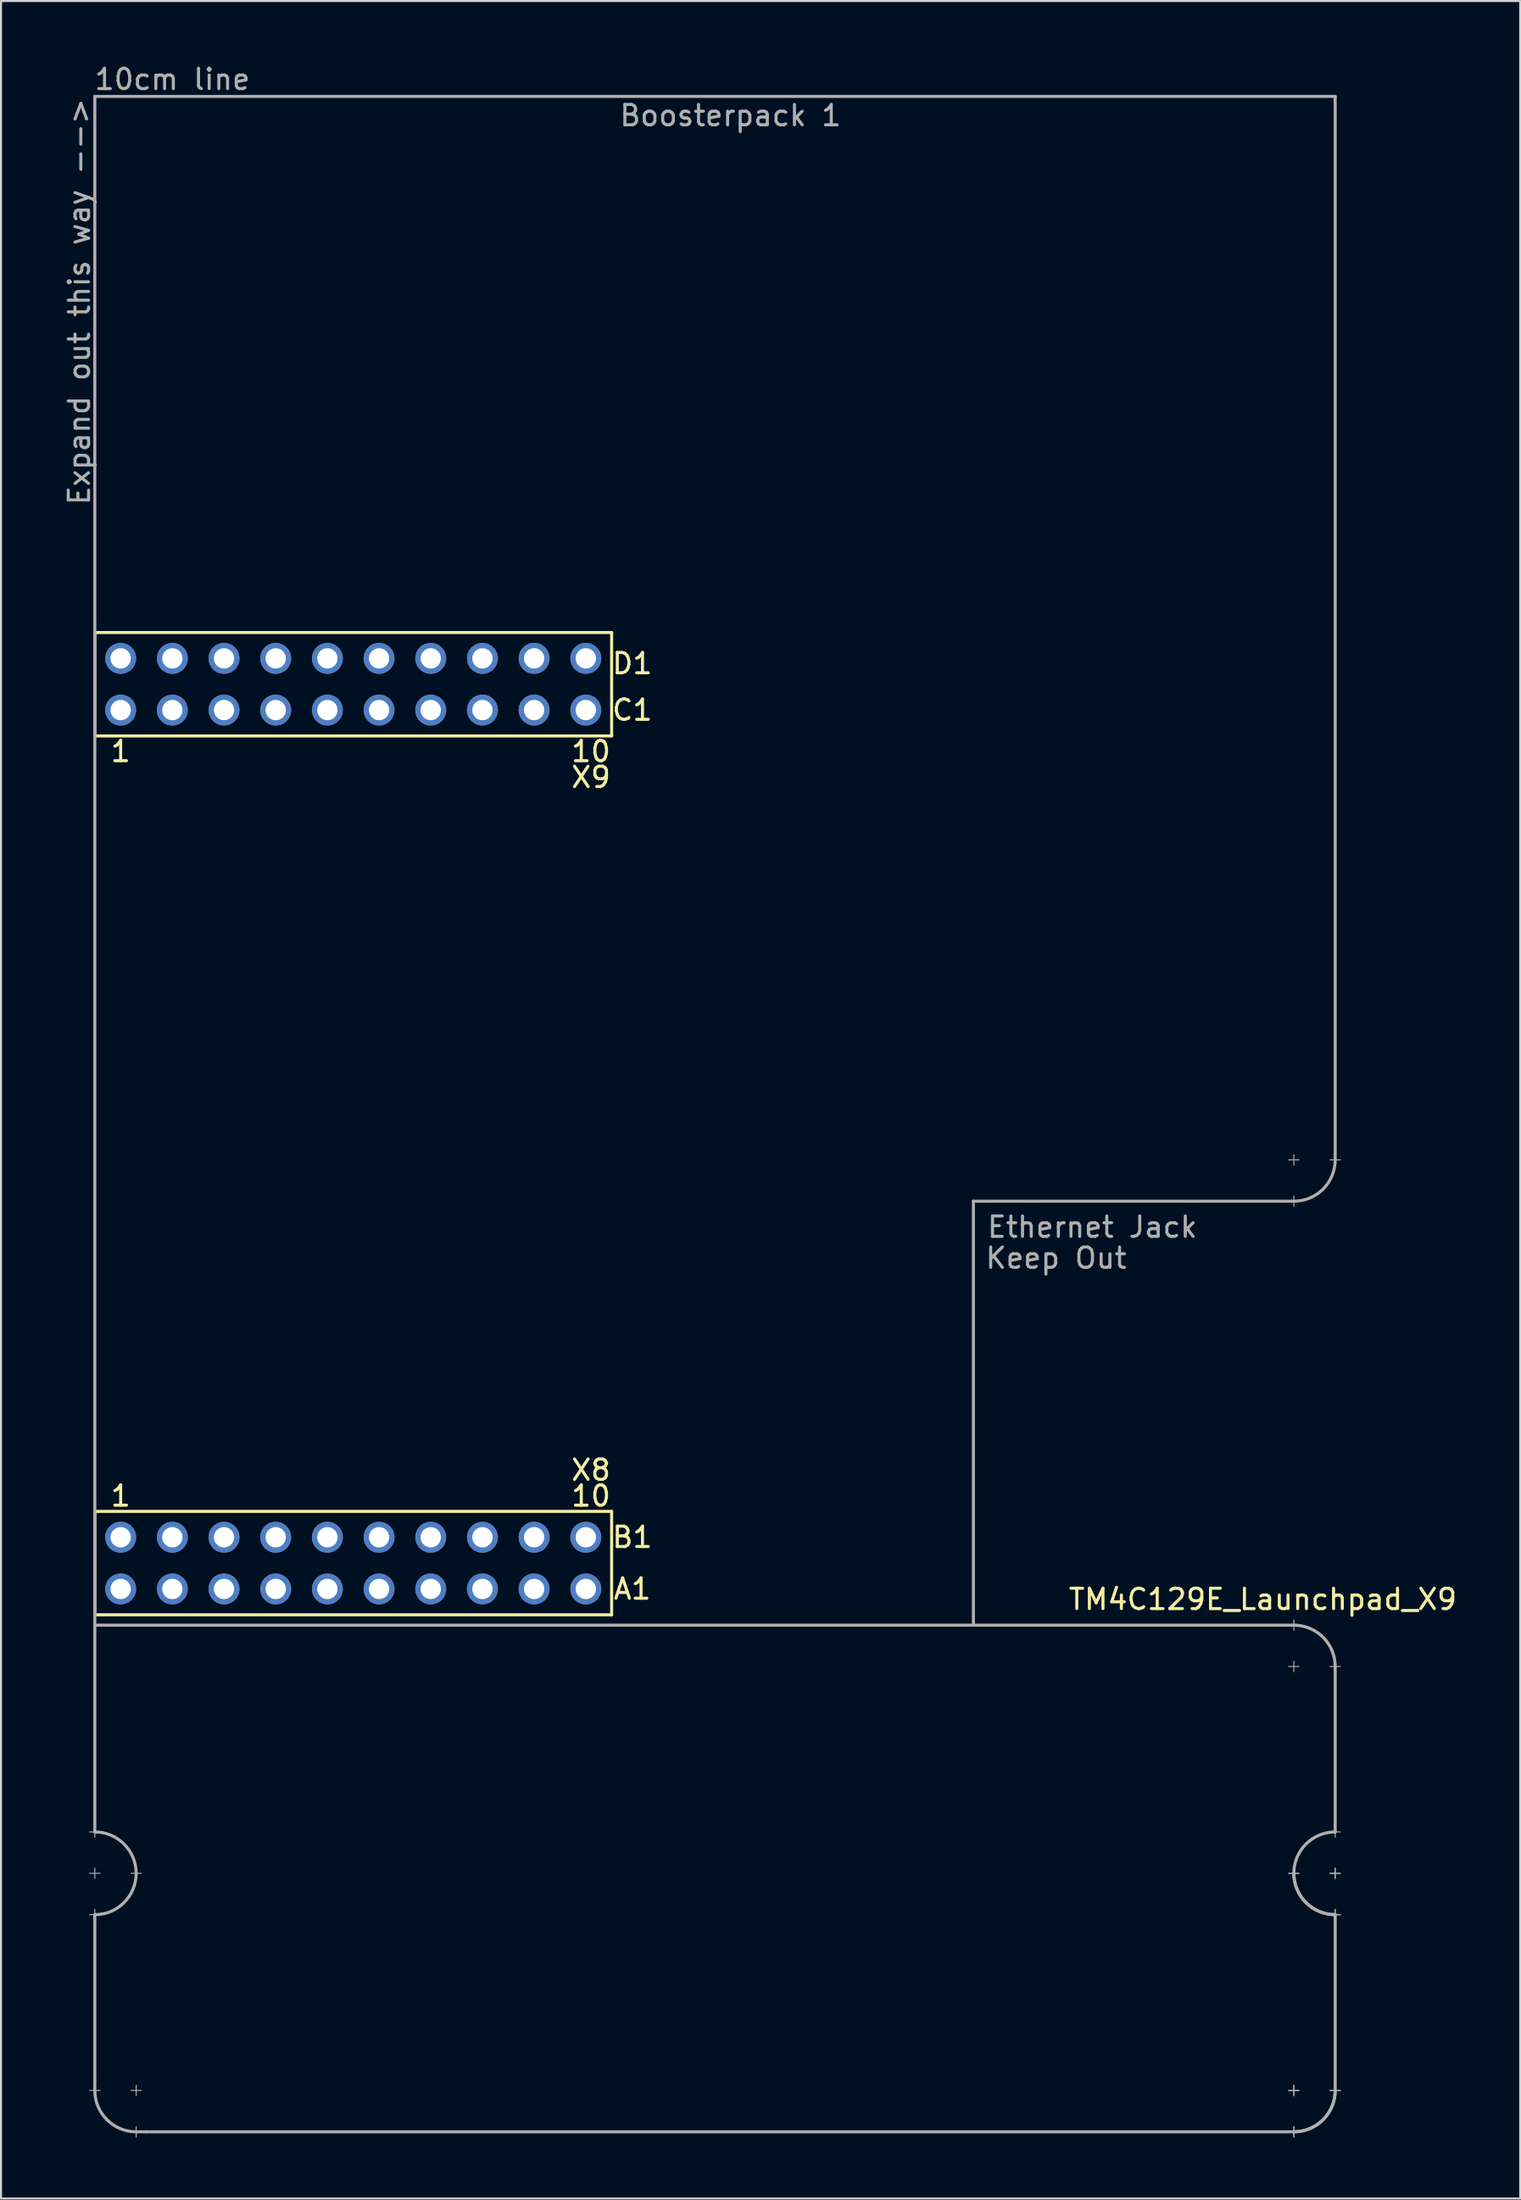
<source format=kicad_pcb>
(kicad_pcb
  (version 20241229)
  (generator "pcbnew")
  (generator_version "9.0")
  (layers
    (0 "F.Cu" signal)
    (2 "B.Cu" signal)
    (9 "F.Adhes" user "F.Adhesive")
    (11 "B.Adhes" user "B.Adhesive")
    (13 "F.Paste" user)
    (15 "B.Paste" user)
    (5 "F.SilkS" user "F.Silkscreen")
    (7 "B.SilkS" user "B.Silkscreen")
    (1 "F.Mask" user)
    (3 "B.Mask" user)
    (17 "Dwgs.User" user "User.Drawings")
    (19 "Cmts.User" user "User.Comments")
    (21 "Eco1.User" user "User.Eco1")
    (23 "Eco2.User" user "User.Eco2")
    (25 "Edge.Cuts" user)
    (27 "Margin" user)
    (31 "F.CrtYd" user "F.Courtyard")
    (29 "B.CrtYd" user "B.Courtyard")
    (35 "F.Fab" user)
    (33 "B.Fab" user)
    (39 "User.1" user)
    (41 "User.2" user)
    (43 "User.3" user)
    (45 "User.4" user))
  (footprint "TM4C129E_Launchpad_X9"
    (layer "F.Cu")
    (at 1.61 76.286)
    (property "Reference" "TM4C129E_Launchpad_X9" (at 57.404 -0.762 180) (layer "F.SilkS") (effects (font (size 1 1) (thickness 0.15))))
    (attr through_hole)
    (fp_line (start 0 -48.26) (end 0 -43.18) (stroke (width 0.15) (type solid)) (layer "F.SilkS"))
    (fp_line (start 0 -43.18) (end 25.4 -43.18) (stroke (width 0.15) (type solid)) (layer "F.SilkS"))
    (fp_line (start 0 -5.08) (end 0 0) (stroke (width 0.15) (type solid)) (layer "F.SilkS"))
    (fp_line (start 0 0) (end 25.4 0) (stroke (width 0.15) (type solid)) (layer "F.SilkS"))
    (fp_line (start 25.4 -48.26) (end 0 -48.26) (stroke (width 0.15) (type solid)) (layer "F.SilkS"))
    (fp_line (start 25.4 -43.18) (end 25.4 -48.26) (stroke (width 0.15) (type solid)) (layer "F.SilkS"))
    (fp_line (start 25.4 -5.08) (end 0 -5.08) (stroke (width 0.15) (type solid)) (layer "F.SilkS"))
    (fp_line (start 25.4 0) (end 25.4 -5.08) (stroke (width 0.15) (type solid)) (layer "F.SilkS"))
    (fp_line (start -0.254 10.668) (end 0.254 10.668) (stroke (width 0.05) (type solid)) (layer "F.Fab"))
    (fp_line (start -0.254 12.7) (end 0.254 12.7) (stroke (width 0.05) (type solid)) (layer "F.Fab"))
    (fp_line (start -0.254 14.732) (end 0.254 14.732) (stroke (width 0.05) (type solid)) (layer "F.Fab"))
    (fp_line (start -0.254 23.368) (end 0.254 23.368) (stroke (width 0.05) (type solid)) (layer "F.Fab"))
    (fp_line (start 0 -74.6) (end 60.96 -74.6) (stroke (width 0.15) (type solid)) (layer "F.Fab"))
    (fp_line (start 0 0) (end 0 -74.6) (stroke (width 0.15) (type solid)) (layer "F.Fab"))
    (fp_line (start 0 0) (end 0 10.668) (stroke (width 0.15) (type solid)) (layer "F.Fab"))
    (fp_line (start 0 0.508) (end 58.928 0.508) (stroke (width 0.15) (type solid)) (layer "F.Fab"))
    (fp_line (start 0 10.922) (end 0 10.414) (stroke (width 0.05) (type solid)) (layer "F.Fab"))
    (fp_line (start 0 12.954) (end 0 12.446) (stroke (width 0.05) (type solid)) (layer "F.Fab"))
    (fp_line (start 0 14.732) (end 0 22.86) (stroke (width 0.15) (type solid)) (layer "F.Fab"))
    (fp_line (start 0 14.986) (end 0 14.478) (stroke (width 0.05) (type solid)) (layer "F.Fab"))
    (fp_line (start 0 22.86) (end 0 23.393) (stroke (width 0.15) (type solid)) (layer "F.Fab"))
    (fp_line (start 1.778 12.7) (end 2.286 12.7) (stroke (width 0.05) (type solid)) (layer "F.Fab"))
    (fp_line (start 1.778 23.368) (end 2.286 23.368) (stroke (width 0.05) (type solid)) (layer "F.Fab"))
    (fp_line (start 2.032 23.622) (end 2.032 23.114) (stroke (width 0.05) (type solid)) (layer "F.Fab"))
    (fp_line (start 2.032 25.654) (end 2.032 25.146) (stroke (width 0.05) (type solid)) (layer "F.Fab"))
    (fp_line (start 2.54 25.4) (end 2.032 25.4) (stroke (width 0.15) (type solid)) (layer "F.Fab"))
    (fp_line (start 43.18 -20.32) (end 43.18 0.508) (stroke (width 0.15) (type solid)) (layer "F.Fab"))
    (fp_line (start 58.674 -22.352) (end 59.182 -22.352) (stroke (width 0.05) (type solid)) (layer "F.Fab"))
    (fp_line (start 58.674 2.54) (end 59.182 2.54) (stroke (width 0.05) (type solid)) (layer "F.Fab"))
    (fp_line (start 58.674 12.7) (end 59.182 12.7) (stroke (width 0.05) (type solid)) (layer "F.Fab"))
    (fp_line (start 58.674 12.7) (end 59.182 12.7) (stroke (width 0.05) (type solid)) (layer "F.Fab"))
    (fp_line (start 58.928 -22.606) (end 58.928 -22.098) (stroke (width 0.05) (type solid)) (layer "F.Fab"))
    (fp_line (start 58.928 -20.574) (end 58.928 -20.066) (stroke (width 0.05) (type solid)) (layer "F.Fab"))
    (fp_line (start 58.928 -20.32) (end 43.18 -20.32) (stroke (width 0.15) (type solid)) (layer "F.Fab"))
    (fp_line (start 58.928 0.762) (end 58.928 0.254) (stroke (width 0.05) (type solid)) (layer "F.Fab"))
    (fp_line (start 58.928 2.794) (end 58.928 2.286) (stroke (width 0.05) (type solid)) (layer "F.Fab"))
    (fp_line (start 58.928 23.622) (end 58.928 23.114) (stroke (width 0.05) (type solid)) (layer "F.Fab"))
    (fp_line (start 58.928 23.622) (end 58.928 23.114) (stroke (width 0.05) (type solid)) (layer "F.Fab"))
    (fp_line (start 58.928 25.4) (end 2.54 25.4) (stroke (width 0.15) (type solid)) (layer "F.Fab"))
    (fp_line (start 58.928 25.654) (end 58.928 25.146) (stroke (width 0.05) (type solid)) (layer "F.Fab"))
    (fp_line (start 58.928 25.654) (end 58.928 25.146) (stroke (width 0.05) (type solid)) (layer "F.Fab"))
    (fp_line (start 59.182 23.368) (end 58.674 23.368) (stroke (width 0.05) (type solid)) (layer "F.Fab"))
    (fp_line (start 59.182 23.368) (end 58.674 23.368) (stroke (width 0.05) (type solid)) (layer "F.Fab"))
    (fp_line (start 60.706 -22.352) (end 61.214 -22.352) (stroke (width 0.05) (type solid)) (layer "F.Fab"))
    (fp_line (start 60.706 2.54) (end 61.214 2.54) (stroke (width 0.05) (type solid)) (layer "F.Fab"))
    (fp_line (start 60.706 10.668) (end 61.214 10.668) (stroke (width 0.05) (type solid)) (layer "F.Fab"))
    (fp_line (start 60.706 12.7) (end 61.214 12.7) (stroke (width 0.05) (type solid)) (layer "F.Fab"))
    (fp_line (start 60.706 12.7) (end 61.214 12.7) (stroke (width 0.05) (type solid)) (layer "F.Fab"))
    (fp_line (start 60.706 14.732) (end 61.214 14.732) (stroke (width 0.05) (type solid)) (layer "F.Fab"))
    (fp_line (start 60.706 14.732) (end 61.214 14.732) (stroke (width 0.05) (type solid)) (layer "F.Fab"))
    (fp_line (start 60.96 -74.6) (end 60.96 -22.352) (stroke (width 0.15) (type solid)) (layer "F.Fab"))
    (fp_line (start 60.96 2.54) (end 60.96 10.668) (stroke (width 0.15) (type solid)) (layer "F.Fab"))
    (fp_line (start 60.96 10.922) (end 60.96 10.414) (stroke (width 0.05) (type solid)) (layer "F.Fab"))
    (fp_line (start 60.96 12.954) (end 60.96 12.446) (stroke (width 0.05) (type solid)) (layer "F.Fab"))
    (fp_line (start 60.96 12.954) (end 60.96 12.446) (stroke (width 0.05) (type solid)) (layer "F.Fab"))
    (fp_line (start 60.96 14.732) (end 60.96 23.368) (stroke (width 0.15) (type solid)) (layer "F.Fab"))
    (fp_line (start 60.96 14.986) (end 60.96 14.478) (stroke (width 0.05) (type solid)) (layer "F.Fab"))
    (fp_line (start 60.96 14.986) (end 60.96 14.478) (stroke (width 0.05) (type solid)) (layer "F.Fab"))
    (fp_line (start 60.96 23.622) (end 60.96 23.114) (stroke (width 0.05) (type solid)) (layer "F.Fab"))
    (fp_line (start 60.96 23.622) (end 60.96 23.114) (stroke (width 0.05) (type solid)) (layer "F.Fab"))
    (fp_line (start 61.214 23.368) (end 60.706 23.368) (stroke (width 0.05) (type solid)) (layer "F.Fab"))
    (fp_line (start 61.214 23.368) (end 60.706 23.368) (stroke (width 0.05) (type solid)) (layer "F.Fab"))
    (fp_arc (start 0 10.668) (mid 1.436841 11.263159) (end 2.032 12.7) (stroke (width 0.15) (type solid)) (layer "F.Fab"))
    (fp_arc (start 2.032 12.7) (mid 1.436841 14.136841) (end 0 14.732) (stroke (width 0.15) (type solid)) (layer "F.Fab"))
    (fp_arc (start 2.032 25.4) (mid 0.595159 24.804841) (end 0 23.368) (stroke (width 0.15) (type solid)) (layer "F.Fab"))
    (fp_arc (start 58.928 0.508) (mid 60.364841 1.103159) (end 60.96 2.54) (stroke (width 0.15) (type solid)) (layer "F.Fab"))
    (fp_arc (start 58.928 12.7) (mid 59.523159 11.263159) (end 60.96 10.668) (stroke (width 0.15) (type solid)) (layer "F.Fab"))
    (fp_arc (start 60.96 -22.352) (mid 60.364841 -20.915159) (end 58.928 -20.32) (stroke (width 0.15) (type solid)) (layer "F.Fab"))
    (fp_arc (start 60.96 14.732) (mid 59.523159 14.136841) (end 58.928 12.7) (stroke (width 0.15) (type solid)) (layer "F.Fab"))
    (fp_arc (start 60.96 14.732) (mid 59.523159 14.136841) (end 58.928 12.7) (stroke (width 0.15) (type solid)) (layer "F.Fab"))
    (fp_arc (start 60.96 23.368) (mid 60.364841 24.804841) (end 58.928 25.4) (stroke (width 0.15) (type solid)) (layer "F.Fab"))
    (fp_arc (start 60.96 23.368) (mid 60.364841 24.804841) (end 58.928 25.4) (stroke (width 0.15) (type solid)) (layer "F.Fab"))
    (fp_text user "D1" (at 26.416 -46.736 180) (layer "F.SilkS") (effects (font (size 1 1) (thickness 0.15))))
    (fp_text user "1" (at 1.27 -42.418 180) (layer "F.SilkS") (effects (font (size 1 1) (thickness 0.15))))
    (fp_text user "C1" (at 26.416 -44.45 180) (layer "F.SilkS") (effects (font (size 1 1) (thickness 0.15))))
    (fp_text user "X8" (at 24.384 -7.112 180) (layer "F.SilkS") (effects (font (size 1 1) (thickness 0.15))))
    (fp_text user "X9" (at 24.384 -41.148 180) (layer "F.SilkS") (effects (font (size 1 1) (thickness 0.15))))
    (fp_text user "A1" (at 26.416 -1.27 180) (layer "F.SilkS") (effects (font (size 1 1) (thickness 0.15))))
    (fp_text user "1" (at 1.27 -5.842 180) (layer "F.SilkS") (effects (font (size 1 1) (thickness 0.15))))
    (fp_text user "B1" (at 26.416 -3.81 180) (layer "F.SilkS") (effects (font (size 1 1) (thickness 0.15))))
    (fp_text user "10" (at 24.384 -42.418 180) (layer "F.SilkS") (effects (font (size 1 1) (thickness 0.15))))
    (fp_text user "10" (at 24.384 -5.842 180) (layer "F.SilkS") (effects (font (size 1 1) (thickness 0.15))))
    (fp_text user "Ethernet Jack" (at 49.022 -19.05 0) (layer "F.Fab") (effects (font (size 1 1) (thickness 0.15))))
    (fp_text user "Expand out this way -->" (at -0.762 -64.516 90) (layer "F.Fab") (effects (font (size 1 1) (thickness 0.15))))
    (fp_text user "Boosterpack 1" (at 31.242 -73.66 0) (layer "F.Fab") (effects (font (size 1 1) (thickness 0.15))))
    (fp_text user "10cm line" (at 3.81 -75.438 0) (layer "F.Fab") (effects (font (size 1 1) (thickness 0.15))))
    (fp_text user "Keep Out" (at 47.244 -17.526 0) (layer "F.Fab") (effects (font (size 1 1) (thickness 0.15))))
    (pad "+3V3" thru_hole circle (at 1.27 -1.27 180) (size 1.52 1.52) (drill 1) (layers "*.Cu" "*.Mask" "F.Paste"))
    (pad "+5V" thru_hole circle (at 1.27 -3.81 180) (size 1.52 1.52) (drill 1) (layers "*.Cu" "*.Mask" "F.Paste"))
    (pad "GND" thru_hole circle (at 1.27 -46.99 180) (size 1.52 1.52) (drill 1) (layers "*.Cu" "*.Mask" "F.Paste"))
    (pad "GND" thru_hole circle (at 3.81 -3.81 180) (size 1.52 1.52) (drill 1) (layers "*.Cu" "*.Mask" "F.Paste"))
    (pad "PA6" thru_hole circle (at 19.05 -3.81 180) (size 1.52 1.52) (drill 1) (layers "*.Cu" "*.Mask" "F.Paste"))
    (pad "PB2" thru_hole circle (at 21.59 -1.27 180) (size 1.52 1.52) (drill 1) (layers "*.Cu" "*.Mask" "F.Paste"))
    (pad "PB3" thru_hole circle (at 24.13 -1.27 180) (size 1.52 1.52) (drill 1) (layers "*.Cu" "*.Mask" "F.Paste"))
    (pad "PC4" thru_hole circle (at 6.35 -1.27 180) (size 1.52 1.52) (drill 1) (layers "*.Cu" "*.Mask" "F.Paste"))
    (pad "PC5" thru_hole circle (at 8.89 -1.27 180) (size 1.52 1.52) (drill 1) (layers "*.Cu" "*.Mask" "F.Paste"))
    (pad "PC6" thru_hole circle (at 11.43 -1.27 180) (size 1.52 1.52) (drill 1) (layers "*.Cu" "*.Mask" "F.Paste"))
    (pad "PC7" thru_hole circle (at 19.05 -1.27 180) (size 1.52 1.52) (drill 1) (layers "*.Cu" "*.Mask" "F.Paste"))
    (pad "PD0" thru_hole circle (at 16.51 -46.99 180) (size 1.52 1.52) (drill 1) (layers "*.Cu" "*.Mask" "F.Paste"))
    (pad "PD1" thru_hole circle (at 13.97 -46.99 180) (size 1.52 1.52) (drill 1) (layers "*.Cu" "*.Mask" "F.Paste"))
    (pad "PD3" thru_hole circle (at 16.51 -1.27 180) (size 1.52 1.52) (drill 1) (layers "*.Cu" "*.Mask" "F.Paste"))
    (pad "PD7" thru_hole circle (at 16.51 -3.81 180) (size 1.52 1.52) (drill 1) (layers "*.Cu" "*.Mask" "F.Paste"))
    (pad "PE0" thru_hole circle (at 6.35 -3.81 180) (size 1.52 1.52) (drill 1) (layers "*.Cu" "*.Mask" "F.Paste"))
    (pad "PE1" thru_hole circle (at 8.89 -3.81 180) (size 1.52 1.52) (drill 1) (layers "*.Cu" "*.Mask" "F.Paste"))
    (pad "PE2" thru_hole circle (at 11.43 -3.81 180) (size 1.52 1.52) (drill 1) (layers "*.Cu" "*.Mask" "F.Paste"))
    (pad "PE3" thru_hole circle (at 13.97 -3.81 180) (size 1.52 1.52) (drill 1) (layers "*.Cu" "*.Mask" "F.Paste"))
    (pad "PE4" thru_hole circle (at 3.81 -1.27 180) (size 1.52 1.52) (drill 1) (layers "*.Cu" "*.Mask" "F.Paste"))
    (pad "PE5" thru_hole circle (at 13.97 -1.27 180) (size 1.52 1.52) (drill 1) (layers "*.Cu" "*.Mask" "F.Paste"))
    (pad "PF1" thru_hole circle (at 1.27 -44.45 180) (size 1.52 1.52) (drill 1) (layers "*.Cu" "*.Mask" "F.Paste"))
    (pad "PF2" thru_hole circle (at 3.81 -44.45 180) (size 1.52 1.52) (drill 1) (layers "*.Cu" "*.Mask" "F.Paste"))
    (pad "PF3" thru_hole circle (at 6.35 -44.45 180) (size 1.52 1.52) (drill 1) (layers "*.Cu" "*.Mask" "F.Paste"))
    (pad "PG0" thru_hole circle (at 8.89 -44.45 180) (size 1.52 1.52) (drill 1) (layers "*.Cu" "*.Mask" "F.Paste"))
    (pad "PH2" thru_hole circle (at 6.35 -46.99 180) (size 1.52 1.52) (drill 1) (layers "*.Cu" "*.Mask" "F.Paste"))
    (pad "PH3" thru_hole circle (at 8.89 -46.99 180) (size 1.52 1.52) (drill 1) (layers "*.Cu" "*.Mask" "F.Paste"))
    (pad "PL0" thru_hole circle (at 16.51 -44.45 180) (size 1.52 1.52) (drill 1) (layers "*.Cu" "*.Mask" "F.Paste"))
    (pad "PL1" thru_hole circle (at 19.05 -44.45 180) (size 1.52 1.52) (drill 1) (layers "*.Cu" "*.Mask" "F.Paste"))
    (pad "PL2" thru_hole circle (at 21.59 -44.45 180) (size 1.52 1.52) (drill 1) (layers "*.Cu" "*.Mask" "F.Paste"))
    (pad "PL3" thru_hole circle (at 24.13 -44.45 180) (size 1.52 1.52) (drill 1) (layers "*.Cu" "*.Mask" "F.Paste"))
    (pad "PL4" thru_hole circle (at 11.43 -44.45 180) (size 1.52 1.52) (drill 1) (layers "*.Cu" "*.Mask" "F.Paste"))
    (pad "PL5" thru_hole circle (at 13.97 -44.45 180) (size 1.52 1.52) (drill 1) (layers "*.Cu" "*.Mask" "F.Paste"))
    (pad "PM3" thru_hole circle (at 3.81 -46.99 180) (size 1.52 1.52) (drill 1) (layers "*.Cu" "*.Mask" "F.Paste"))
    (pad "PM4" thru_hole circle (at 21.59 -3.81 180) (size 1.52 1.52) (drill 1) (layers "*.Cu" "*.Mask" "F.Paste"))
    (pad "PM5" thru_hole circle (at 24.13 -3.81 180) (size 1.52 1.52) (drill 1) (layers "*.Cu" "*.Mask" "F.Paste"))
    (pad "PN2" thru_hole circle (at 19.05 -46.99 180) (size 1.52 1.52) (drill 1) (layers "*.Cu" "*.Mask" "F.Paste"))
    (pad "PN3" thru_hole circle (at 21.59 -46.99 180) (size 1.52 1.52) (drill 1) (layers "*.Cu" "*.Mask" "F.Paste"))
    (pad "PP2" thru_hole circle (at 24.13 -46.99 180) (size 1.52 1.52) (drill 1) (layers "*.Cu" "*.Mask" "F.Paste"))
    (pad "Rese" thru_hole circle (at 11.43 -46.99 180) (size 1.52 1.52) (drill 1) (layers "*.Cu" "*.Mask" "F.Paste")))
  (gr_rect
    (start -3 -3)
    (end 71.663 104.965)
    (stroke (width 0.1) (type default))
    (fill no)
    (layer "Edge.Cuts")))
</source>
